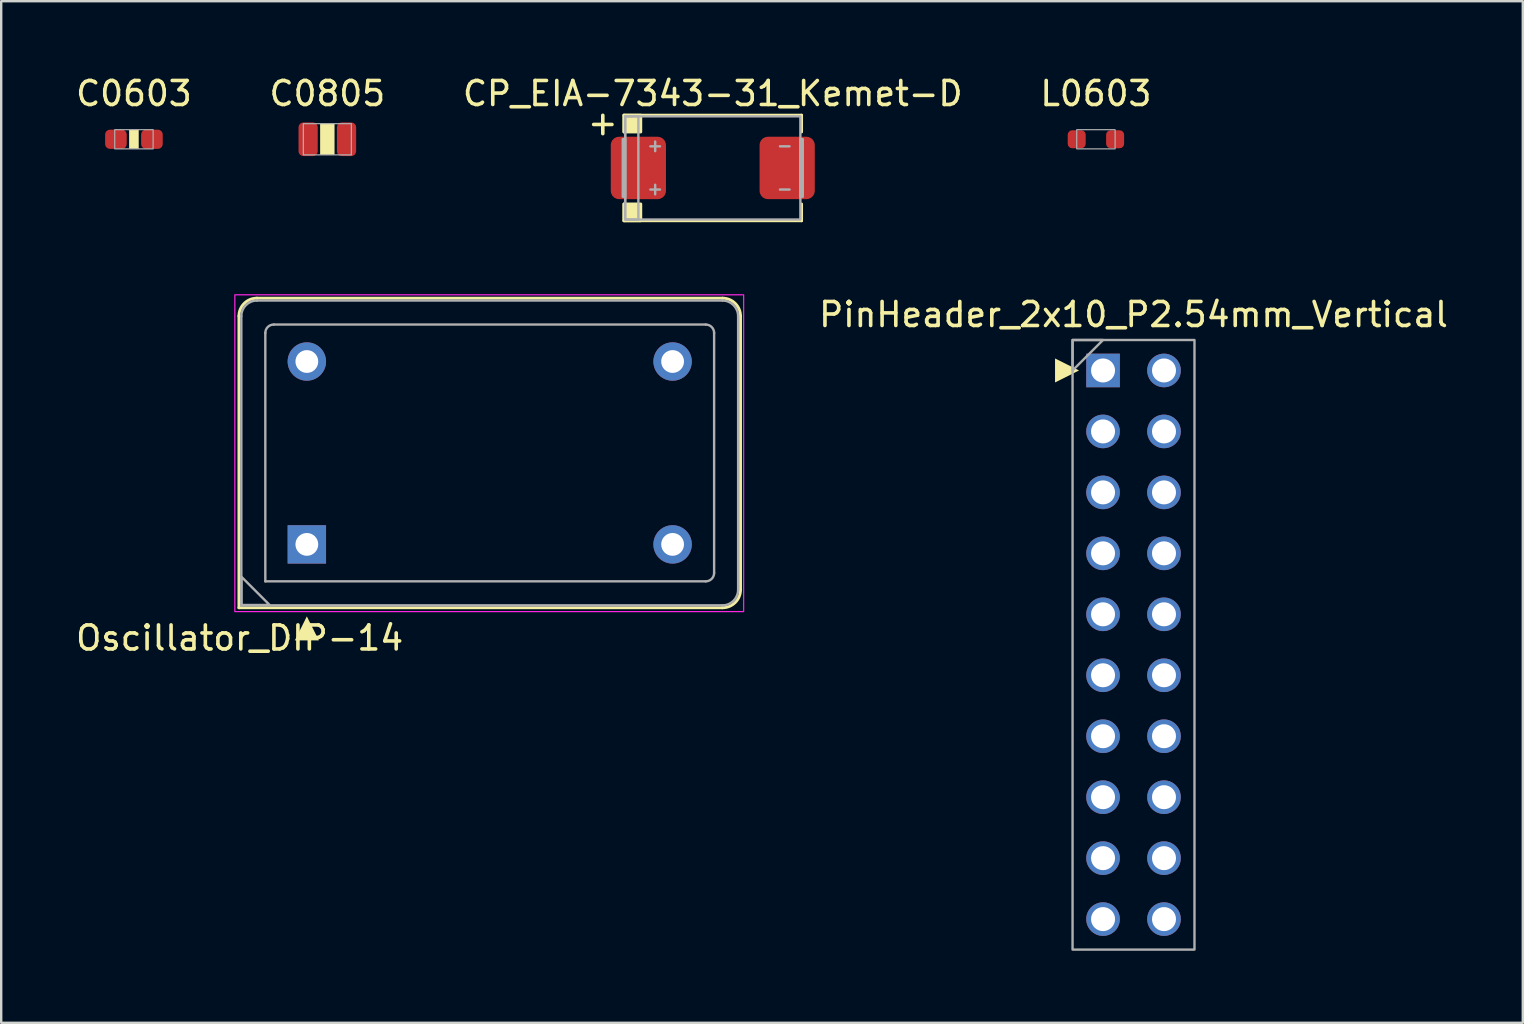
<source format=kicad_pcb>
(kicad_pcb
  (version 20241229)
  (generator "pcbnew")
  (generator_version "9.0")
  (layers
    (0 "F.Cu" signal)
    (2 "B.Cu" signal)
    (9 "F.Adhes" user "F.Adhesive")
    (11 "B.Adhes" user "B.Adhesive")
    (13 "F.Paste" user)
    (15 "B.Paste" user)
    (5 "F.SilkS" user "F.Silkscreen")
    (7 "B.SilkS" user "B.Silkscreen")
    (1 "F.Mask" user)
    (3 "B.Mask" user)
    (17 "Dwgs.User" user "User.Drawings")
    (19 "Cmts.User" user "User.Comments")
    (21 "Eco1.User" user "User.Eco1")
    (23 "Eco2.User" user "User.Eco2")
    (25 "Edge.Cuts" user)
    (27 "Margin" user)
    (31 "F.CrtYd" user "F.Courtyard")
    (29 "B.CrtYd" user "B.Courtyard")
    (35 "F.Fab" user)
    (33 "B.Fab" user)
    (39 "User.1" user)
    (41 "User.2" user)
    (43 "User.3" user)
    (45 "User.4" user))
  (footprint "CP_EIA-7343-31_Kemet-D"
    (layer "F.Cu")
    (at 26.649 3.948)
    (property "Reference" "CP_EIA-7343-31_Kemet-D" (at 0 -3.1 0) (layer "F.SilkS") (effects (font (size 1 1) (thickness 0.15))))
    (attr smd)
    (fp_line (start -3.7 -2.2) (end 3.7 -2.2) (stroke (width 0.12) (type default)) (layer "F.SilkS"))
    (fp_line (start -3.7 -1.5) (end -3.7 -2.2) (stroke (width 0.12) (type default)) (layer "F.SilkS"))
    (fp_line (start -3.7 2.2) (end -3.7 1.5) (stroke (width 0.12) (type default)) (layer "F.SilkS"))
    (fp_line (start 3.7 -2.2) (end 3.7 -1.5) (stroke (width 0.12) (type default)) (layer "F.SilkS"))
    (fp_line (start 3.7 1.5) (end 3.7 2.2) (stroke (width 0.12) (type default)) (layer "F.SilkS"))
    (fp_line (start 3.7 2.2) (end -3.7 2.2) (stroke (width 0.12) (type default)) (layer "F.SilkS"))
    (fp_rect (start -3.7 -2.2) (end -3 -1.5) (stroke (width 0.12) (type solid)) (fill yes) (layer "F.SilkS"))
    (fp_rect (start -3.7 1.5) (end -3 2.2) (stroke (width 0.12) (type solid)) (fill yes) (layer "F.SilkS"))
    (fp_line (start -2.6 -0.9) (end -2.2 -0.9) (stroke (width 0.1) (type default)) (layer "F.Fab"))
    (fp_line (start -2.6 0.9) (end -2.2 0.9) (stroke (width 0.1) (type default)) (layer "F.Fab"))
    (fp_line (start -2.4 -0.7) (end -2.4 -1.1) (stroke (width 0.1) (type default)) (layer "F.Fab"))
    (fp_line (start -2.4 1.1) (end -2.4 0.7) (stroke (width 0.1) (type default)) (layer "F.Fab"))
    (fp_line (start 2.8 -0.9) (end 3.2 -0.9) (stroke (width 0.1) (type default)) (layer "F.Fab"))
    (fp_line (start 2.8 0.9) (end 3.2 0.9) (stroke (width 0.1) (type default)) (layer "F.Fab"))
    (fp_rect (start -3.75 -1.2) (end -3.65 1.2) (stroke (width 0.1) (type solid)) (fill no) (layer "F.Fab"))
    (fp_rect (start -3.65 -2.15) (end -3.1 2.15) (stroke (width 0.1) (type solid)) (fill no) (layer "F.Fab"))
    (fp_rect (start -3.65 -2.15) (end 3.65 2.15) (stroke (width 0.1) (type default)) (fill no) (layer "F.Fab"))
    (fp_rect (start 3.65 -1.2) (end 3.75 1.2) (stroke (width 0.1) (type solid)) (fill no) (layer "F.Fab"))
    (fp_text user "+" (at -5.3 -1.3 0) (unlocked yes) (layer "F.SilkS") (effects (font (size 1 1) (thickness 0.15)) (justify left bottom)))
    (pad "1" smd roundrect (at -3.1 0) (size 2.3 2.6) (layers "F.Cu" "F.Mask" "F.Paste") (roundrect_rratio 0.15))
    (pad "2" smd roundrect (at 3.1 0) (size 2.3 2.6) (layers "F.Cu" "F.Mask" "F.Paste") (roundrect_rratio 0.15)))
  (footprint "C0805"
    (layer "F.Cu")
    (at 10.589 2.753)
    (property "Reference" "C0805" (at 0 -1.905 0) (unlocked yes) (layer "F.SilkS") (effects (font (size 1 1) (thickness 0.15))))
    (attr smd)
    (fp_rect (start -0.3 -0.65) (end 0.3 0.65) (stroke (width 0) (type solid)) (fill yes) (layer "F.SilkS"))
    (fp_rect (start -1 -0.65) (end 1 0.65) (stroke (width 0.05) (type default)) (fill no) (layer "F.Fab"))
    (pad "1" smd roundrect (at -0.8 0) (size 0.8 1.4) (layers "F.Cu" "F.Mask" "F.Paste") (roundrect_rratio 0.25))
    (pad "2" smd roundrect (at 0.8 0) (size 0.8 1.4) (layers "F.Cu" "F.Mask" "F.Paste") (roundrect_rratio 0.25)))
  (footprint "C0603"
    (layer "F.Cu")
    (at 2.53 2.753)
    (property "Reference" "C0603" (at 0 -1.905 0) (unlocked yes) (layer "F.SilkS") (effects (font (size 1 1) (thickness 0.15))))
    (attr smd)
    (fp_rect (start -0.2 -0.4) (end 0.2 0.4) (stroke (width 0) (type solid)) (fill yes) (layer "F.SilkS"))
    (fp_rect (start -0.8 -0.4) (end 0.8 0.4) (stroke (width 0.05) (type default)) (fill no) (layer "F.Fab"))
    (pad "1" smd roundrect (at -0.75 0) (size 0.9 0.8) (layers "F.Cu" "F.Mask" "F.Paste") (roundrect_rratio 0.25))
    (pad "2" smd roundrect (at 0.75 0) (size 0.9 0.8) (layers "F.Cu" "F.Mask" "F.Paste") (roundrect_rratio 0.25)))
  (footprint "Oscillator_DIP-14"
    (layer "F.Cu")
    (at 9.735 19.633)
    (property "Reference" "Oscillator_DIP-14" (at -2.8 3.9 0) (layer "F.SilkS") (effects (font (size 1 1) (thickness 0.15))))
    (attr through_hole)
    (fp_line (start -2.83 -9.51) (end -2.83 2.64) (stroke (width 0.12) (type solid)) (layer "F.SilkS"))
    (fp_line (start -2.83 2.64) (end 17.32 2.64) (stroke (width 0.12) (type solid)) (layer "F.SilkS"))
    (fp_line (start 17.32 -10.26) (end -2.08 -10.26) (stroke (width 0.12) (type solid)) (layer "F.SilkS"))
    (fp_line (start 18.07 1.89) (end 18.07 -9.51) (stroke (width 0.12) (type solid)) (layer "F.SilkS"))
    (fp_arc (start -2.83 -9.51) (mid -2.61033 -10.04033) (end -2.08 -10.26) (stroke (width 0.12) (type solid)) (layer "F.SilkS"))
    (fp_arc (start 17.32 -10.26) (mid 17.85033 -10.04033) (end 18.07 -9.51) (stroke (width 0.12) (type solid)) (layer "F.SilkS"))
    (fp_arc (start 18.07 1.89) (mid 17.85033 2.42033) (end 17.32 2.64) (stroke (width 0.12) (type solid)) (layer "F.SilkS"))
    (fp_poly (pts (xy 0.5 4) (xy -0.5 4) (xy 0 3)) (stroke (width 0) (type solid)) (fill yes) (layer "F.SilkS"))
    (fp_rect (start -3 -10.4) (end 18.2 2.8) (stroke (width 0.05) (type default)) (fill no) (layer "F.CrtYd"))
    (fp_line (start -2.73 2.54) (end -2.73 -9.51) (stroke (width 0.1) (type solid)) (layer "F.Fab"))
    (fp_line (start -2.73 2.54) (end 17.32 2.54) (stroke (width 0.1) (type solid)) (layer "F.Fab"))
    (fp_line (start -2.08 -10.16) (end 17.32 -10.16) (stroke (width 0.1) (type solid)) (layer "F.Fab"))
    (fp_line (start -1.73 1.54) (end -1.73 -8.81) (stroke (width 0.1) (type solid)) (layer "F.Fab"))
    (fp_line (start -1.73 1.54) (end 16.62 1.54) (stroke (width 0.1) (type solid)) (layer "F.Fab"))
    (fp_line (start -1.38 -9.16) (end 16.62 -9.16) (stroke (width 0.1) (type solid)) (layer "F.Fab"))
    (fp_line (start 16.97 1.19) (end 16.97 -8.81) (stroke (width 0.1) (type solid)) (layer "F.Fab"))
    (fp_line (start 17.97 -9.51) (end 17.97 1.89) (stroke (width 0.1) (type solid)) (layer "F.Fab"))
    (fp_arc (start -2.73 -9.51) (mid -2.539619 -9.969619) (end -2.08 -10.16) (stroke (width 0.1) (type solid)) (layer "F.Fab"))
    (fp_arc (start -1.73 -8.81) (mid -1.627487 -9.057487) (end -1.38 -9.16) (stroke (width 0.1) (type solid)) (layer "F.Fab"))
    (fp_arc (start 16.62 -9.16) (mid 16.867487 -9.057487) (end 16.97 -8.81) (stroke (width 0.1) (type solid)) (layer "F.Fab"))
    (fp_arc (start 16.97 1.19) (mid 16.867487 1.437487) (end 16.62 1.54) (stroke (width 0.1) (type solid)) (layer "F.Fab"))
    (fp_arc (start 17.32 -10.16) (mid 17.779619 -9.969619) (end 17.97 -9.51) (stroke (width 0.1) (type solid)) (layer "F.Fab"))
    (fp_arc (start 17.97 1.89) (mid 17.779619 2.349619) (end 17.32 2.54) (stroke (width 0.1) (type solid)) (layer "F.Fab"))
    (fp_poly (pts (xy -2.725 2.525) (xy -2.725 1.35) (xy -1.55 2.525)) (stroke (width 0.1) (type solid)) (fill no) (layer "F.Fab"))
    (pad "1" thru_hole rect (at 0 0) (size 1.6 1.6) (drill 0.95) (layers "*.Cu" "*.Mask"))
    (pad "7" thru_hole circle (at 15.24 0) (size 1.6 1.6) (drill 0.95) (layers "*.Cu" "*.Mask"))
    (pad "8" thru_hole circle (at 15.24 -7.62) (size 1.6 1.6) (drill 0.95) (layers "*.Cu" "*.Mask"))
    (pad "14" thru_hole circle (at 0 -7.62) (size 1.6 1.6) (drill 0.95) (layers "*.Cu" "*.Mask")))
  (footprint "PinHeader_2x10_P2.54mm_Vertical"
    (layer "F.Cu")
    (at 42.91 12.386)
    (property "Reference" "PinHeader_2x10_P2.54mm_Vertical" (at 1.27 -2.33 0) (layer "F.SilkS") (effects (font (size 1 1) (thickness 0.15))))
    (attr through_hole)
    (fp_poly (pts (xy -2 0.5) (xy -2 -0.5) (xy -1 0)) (stroke (width 0) (type solid)) (fill yes) (layer "F.SilkS"))
    (fp_rect (start -1.27 -1.27) (end 3.81 24.13) (stroke (width 0.1) (type default)) (fill no) (layer "F.Fab"))
    (fp_poly (pts (xy -1.27 0) (xy 0 -1.27) (xy -1.27 -1.27)) (stroke (width 0.1) (type solid)) (fill no) (layer "F.Fab"))
    (pad "1" thru_hole rect (at 0 0) (size 1.4 1.4) (drill 1) (layers "*.Cu" "*.Mask"))
    (pad "2" thru_hole oval (at 2.54 0) (size 1.4 1.4) (drill 1) (layers "*.Cu" "*.Mask"))
    (pad "3" thru_hole oval (at 0 2.54) (size 1.4 1.4) (drill 1) (layers "*.Cu" "*.Mask"))
    (pad "4" thru_hole oval (at 2.54 2.54) (size 1.4 1.4) (drill 1) (layers "*.Cu" "*.Mask"))
    (pad "5" thru_hole oval (at 0 5.08) (size 1.4 1.4) (drill 1) (layers "*.Cu" "*.Mask"))
    (pad "6" thru_hole oval (at 2.54 5.08) (size 1.4 1.4) (drill 1) (layers "*.Cu" "*.Mask"))
    (pad "7" thru_hole oval (at 0 7.62) (size 1.4 1.4) (drill 1) (layers "*.Cu" "*.Mask"))
    (pad "8" thru_hole oval (at 2.54 7.62) (size 1.4 1.4) (drill 1) (layers "*.Cu" "*.Mask"))
    (pad "9" thru_hole oval (at 0 10.16) (size 1.4 1.4) (drill 1) (layers "*.Cu" "*.Mask"))
    (pad "10" thru_hole oval (at 2.54 10.16) (size 1.4 1.4) (drill 1) (layers "*.Cu" "*.Mask"))
    (pad "11" thru_hole oval (at 0 12.7) (size 1.4 1.4) (drill 1) (layers "*.Cu" "*.Mask"))
    (pad "12" thru_hole oval (at 2.54 12.7) (size 1.4 1.4) (drill 1) (layers "*.Cu" "*.Mask"))
    (pad "13" thru_hole oval (at 0 15.24) (size 1.4 1.4) (drill 1) (layers "*.Cu" "*.Mask"))
    (pad "14" thru_hole oval (at 2.54 15.24) (size 1.4 1.4) (drill 1) (layers "*.Cu" "*.Mask"))
    (pad "15" thru_hole oval (at 0 17.78) (size 1.4 1.4) (drill 1) (layers "*.Cu" "*.Mask"))
    (pad "16" thru_hole oval (at 2.54 17.78) (size 1.4 1.4) (drill 1) (layers "*.Cu" "*.Mask"))
    (pad "17" thru_hole oval (at 0 20.32) (size 1.4 1.4) (drill 1) (layers "*.Cu" "*.Mask"))
    (pad "18" thru_hole oval (at 2.54 20.32) (size 1.4 1.4) (drill 1) (layers "*.Cu" "*.Mask"))
    (pad "19" thru_hole oval (at 0 22.86) (size 1.4 1.4) (drill 1) (layers "*.Cu" "*.Mask"))
    (pad "20" thru_hole oval (at 2.54 22.86) (size 1.4 1.4) (drill 1) (layers "*.Cu" "*.Mask")))
  (footprint "L0603"
    (layer "F.Cu")
    (at 42.613 2.753)
    (property "Reference" "L0603" (at 0 -1.905 0) (unlocked yes) (layer "F.SilkS") (effects (font (size 1 1) (thickness 0.15))))
    (attr smd)
    (fp_rect (start -0.8 -0.4) (end 0.8 0.4) (stroke (width 0.05) (type default)) (fill no) (layer "F.Fab"))
    (pad "1" smd roundrect (at -0.8 0) (size 0.75 0.75) (layers "F.Cu" "F.Mask" "F.Paste") (roundrect_rratio 0.25))
    (pad "2" smd roundrect (at 0.8 0) (size 0.75 0.75) (layers "F.Cu" "F.Mask" "F.Paste") (roundrect_rratio 0.25)))
  (gr_rect
    (start -3 -3)
    (end 60.4 39.566)
    (stroke (width 0.1) (type default))
    (fill no)
    (layer "Edge.Cuts")))
</source>
